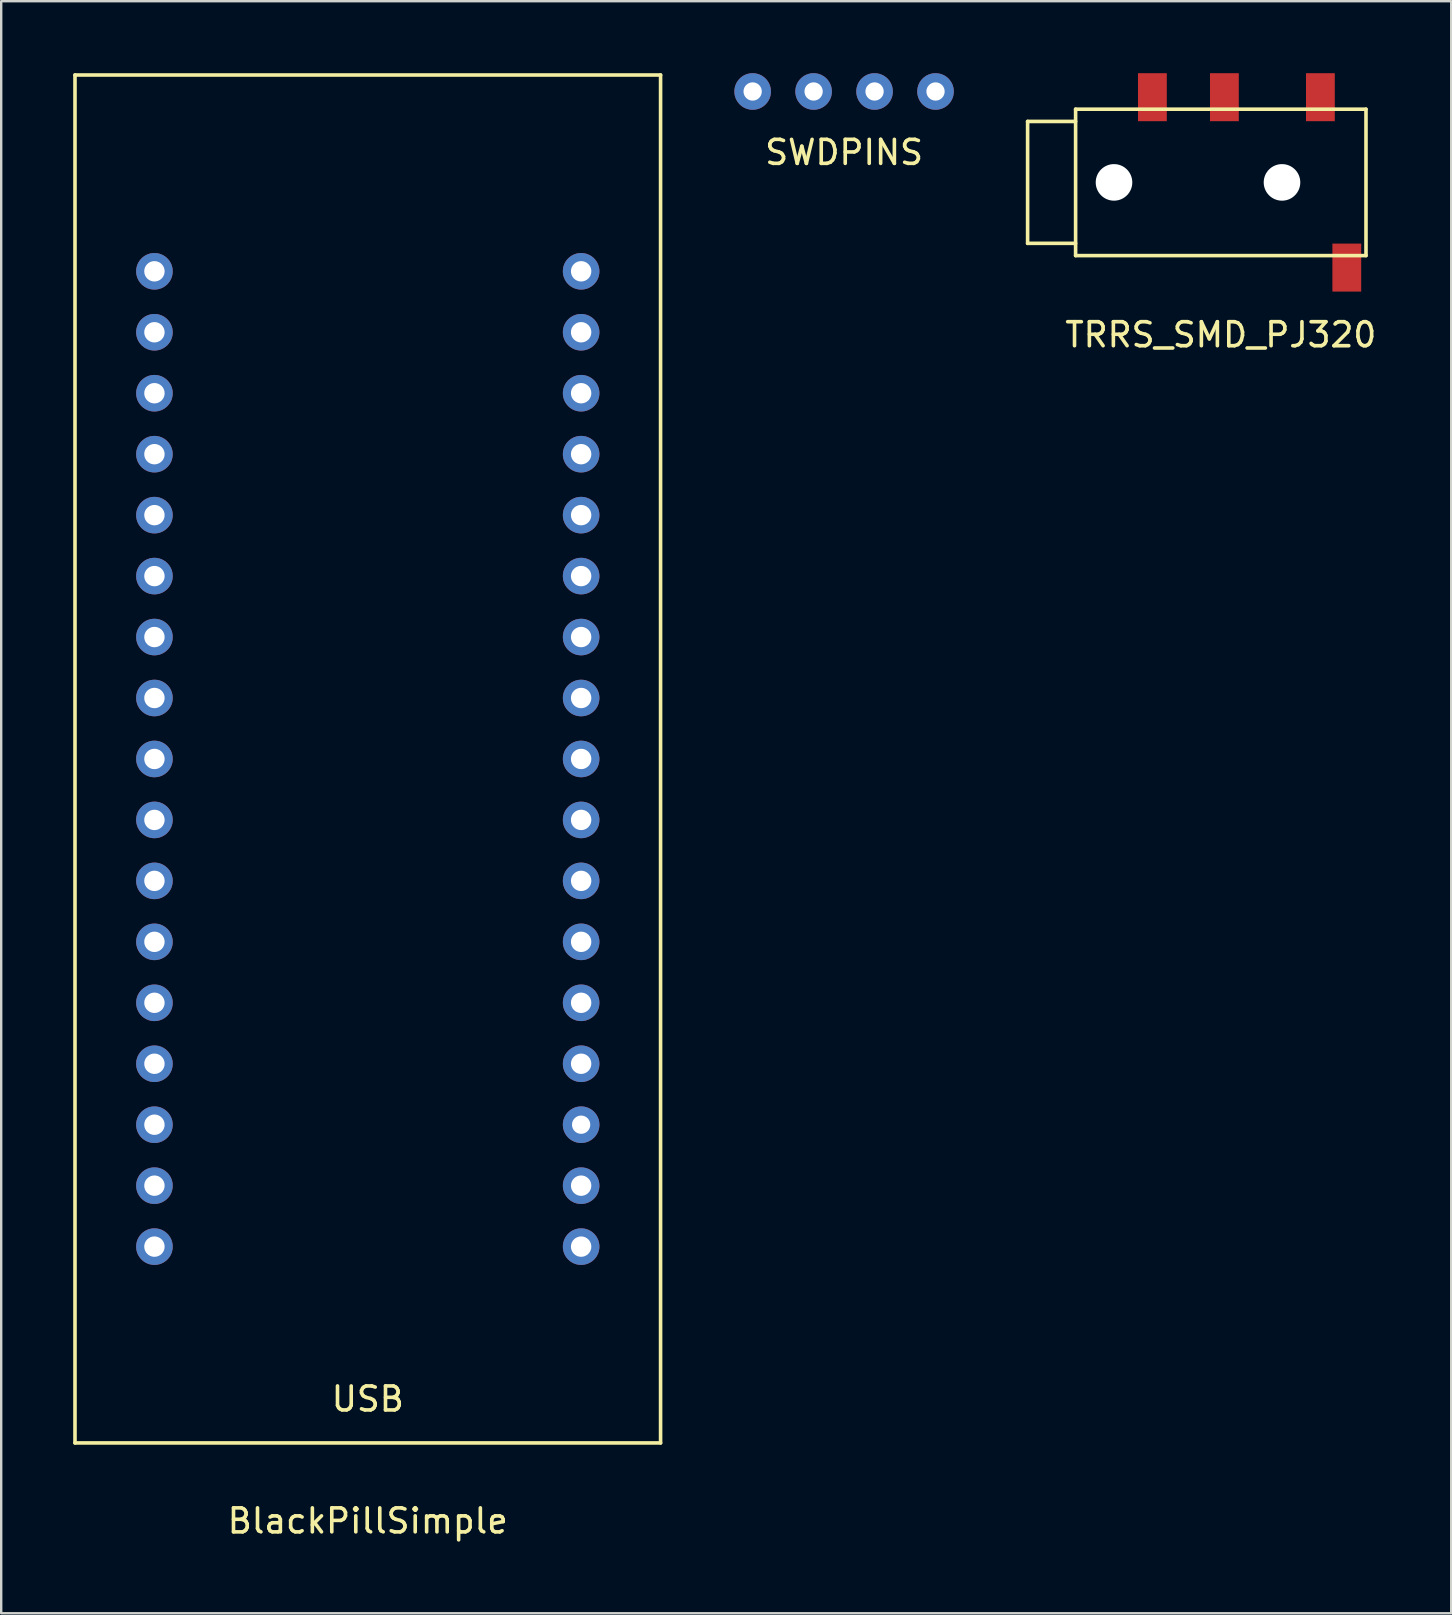
<source format=kicad_pcb>
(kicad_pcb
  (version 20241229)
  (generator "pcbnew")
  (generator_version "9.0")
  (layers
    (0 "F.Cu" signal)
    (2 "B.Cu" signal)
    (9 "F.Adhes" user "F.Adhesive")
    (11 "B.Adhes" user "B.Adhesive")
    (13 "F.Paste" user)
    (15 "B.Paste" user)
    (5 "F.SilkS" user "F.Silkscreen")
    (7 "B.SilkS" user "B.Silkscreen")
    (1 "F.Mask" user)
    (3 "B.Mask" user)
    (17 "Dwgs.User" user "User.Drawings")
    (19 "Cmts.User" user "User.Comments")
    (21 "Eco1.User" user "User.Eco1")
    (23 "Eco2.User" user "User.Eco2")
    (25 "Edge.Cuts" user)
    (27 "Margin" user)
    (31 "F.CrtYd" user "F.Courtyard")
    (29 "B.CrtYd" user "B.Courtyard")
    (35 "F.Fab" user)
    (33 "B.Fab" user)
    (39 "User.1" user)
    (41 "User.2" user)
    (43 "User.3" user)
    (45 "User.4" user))
  (footprint "TRRS_SMD_PJ320"
    (layer "F.Cu")
    (at 47.819 4.55)
    (property "Reference" "TRRS_SMD_PJ320" (at 0 6.35 0) (layer "F.SilkS") (effects (font (size 1 1) (thickness 0.15))))
    (attr through_hole)
    (fp_line (start -8.05 -2.54) (end -8.05 2.54) (stroke (width 0.15) (type solid)) (layer "F.SilkS"))
    (fp_line (start -8.05 2.54) (end -6.05 2.54) (stroke (width 0.15) (type solid)) (layer "F.SilkS"))
    (fp_line (start -6.05 -3.05) (end 6.05 -3.05) (stroke (width 0.15) (type solid)) (layer "F.SilkS"))
    (fp_line (start -6.05 -2.54) (end -8.05 -2.54) (stroke (width 0.15) (type solid)) (layer "F.SilkS"))
    (fp_line (start -6.05 3.05) (end -6.05 -3.05) (stroke (width 0.15) (type solid)) (layer "F.SilkS"))
    (fp_line (start 6.05 -3.05) (end 6.05 3.05) (stroke (width 0.15) (type solid)) (layer "F.SilkS"))
    (fp_line (start 6.05 3.05) (end -6.05 3.05) (stroke (width 0.15) (type solid)) (layer "F.SilkS"))
    (pad "" np_thru_hole circle (at -4.45 0) (size 1.524 1.524) (drill 1.524) (layers "*.Cu" "*.Mask"))
    (pad "" np_thru_hole circle (at 2.55 0) (size 1.524 1.524) (drill 1.524) (layers "*.Cu" "*.Mask"))
    (pad "1" smd rect (at 5.25 3.55) (size 1.2 2) (layers "F.Cu" "F.Mask" "F.Paste"))
    (pad "2" smd rect (at -2.85 -3.55) (size 1.2 2) (layers "F.Cu" "F.Mask" "F.Paste"))
    (pad "3" smd rect (at 0.15 -3.55) (size 1.2 2) (layers "F.Cu" "F.Mask" "F.Paste"))
    (pad "4" smd rect (at 4.15 -3.55) (size 1.2 2) (layers "F.Cu" "F.Mask" "F.Paste")))
  (footprint "BlackPillSimple"
    (layer "F.Cu")
    (at 12.275 28.575)
    (property "Reference" "BlackPillSimple" (at 0 31.75 0) (layer "F.SilkS") (effects (font (size 1 1) (thickness 0.15))))
    (attr through_hole)
    (fp_line (start -12.2 -28.5) (end -12.2 28.5) (stroke (width 0.15) (type solid)) (layer "F.SilkS"))
    (fp_line (start -12.2 -28.5) (end 12.2 -28.5) (stroke (width 0.15) (type solid)) (layer "F.SilkS"))
    (fp_line (start -12.2 28.5) (end 12.2 28.5) (stroke (width 0.15) (type solid)) (layer "F.SilkS"))
    (fp_line (start 12.2 -28.5) (end 12.2 28.5) (stroke (width 0.15) (type solid)) (layer "F.SilkS"))
    (fp_text user "USB" (at 0 26.67 0) (layer "F.SilkS") (effects (font (size 1 1) (thickness 0.15))))
    (pad "1" thru_hole circle (at -8.89 -20.32) (size 1.524 1.524) (drill 0.85) (layers "*.Cu" "*.Mask"))
    (pad "2" thru_hole circle (at -8.89 -17.78) (size 1.524 1.524) (drill 0.85) (layers "*.Cu" "*.Mask"))
    (pad "3" thru_hole circle (at -8.89 -15.24) (size 1.524 1.524) (drill 0.85) (layers "*.Cu" "*.Mask"))
    (pad "4" thru_hole circle (at -8.89 -12.7) (size 1.524 1.524) (drill 0.85) (layers "*.Cu" "*.Mask"))
    (pad "5" thru_hole circle (at -8.89 -10.16) (size 1.524 1.524) (drill 0.85) (layers "*.Cu" "*.Mask"))
    (pad "6" thru_hole circle (at -8.89 -7.62) (size 1.524 1.524) (drill 0.85) (layers "*.Cu" "*.Mask"))
    (pad "7" thru_hole circle (at -8.89 -5.08) (size 1.524 1.524) (drill 0.85) (layers "*.Cu" "*.Mask"))
    (pad "8" thru_hole circle (at -8.89 -2.54) (size 1.524 1.524) (drill 0.85) (layers "*.Cu" "*.Mask"))
    (pad "9" thru_hole circle (at -8.89 0) (size 1.524 1.524) (drill 0.85) (layers "*.Cu" "*.Mask"))
    (pad "10" thru_hole circle (at -8.89 2.54) (size 1.524 1.524) (drill 0.85) (layers "*.Cu" "*.Mask"))
    (pad "11" thru_hole circle (at -8.89 5.08) (size 1.524 1.524) (drill 0.85) (layers "*.Cu" "*.Mask"))
    (pad "12" thru_hole circle (at -8.89 7.62) (size 1.524 1.524) (drill 0.85) (layers "*.Cu" "*.Mask"))
    (pad "13" thru_hole circle (at -8.89 10.16) (size 1.524 1.524) (drill 0.85) (layers "*.Cu" "*.Mask"))
    (pad "14" thru_hole circle (at -8.89 12.7) (size 1.524 1.524) (drill 0.85) (layers "*.Cu" "*.Mask"))
    (pad "15" thru_hole circle (at -8.89 15.24) (size 1.524 1.524) (drill 0.85) (layers "*.Cu" "*.Mask"))
    (pad "16" thru_hole circle (at -8.89 17.78) (size 1.524 1.524) (drill 0.85) (layers "*.Cu" "*.Mask"))
    (pad "17" thru_hole circle (at -8.89 20.32) (size 1.524 1.524) (drill 0.85) (layers "*.Cu" "*.Mask"))
    (pad "18" thru_hole circle (at 8.89 20.32) (size 1.524 1.524) (drill 0.85) (layers "*.Cu" "*.Mask"))
    (pad "19" thru_hole circle (at 8.89 17.78) (size 1.524 1.524) (drill 0.85) (layers "*.Cu" "*.Mask"))
    (pad "20" thru_hole circle (at 8.89 15.24) (size 1.524 1.524) (drill 0.762) (layers "*.Cu" "*.Mask"))
    (pad "21" thru_hole circle (at 8.89 12.7) (size 1.524 1.524) (drill 0.85) (layers "*.Cu" "*.Mask"))
    (pad "22" thru_hole circle (at 8.89 10.16) (size 1.524 1.524) (drill 0.85) (layers "*.Cu" "*.Mask"))
    (pad "23" thru_hole circle (at 8.89 7.62) (size 1.524 1.524) (drill 0.85) (layers "*.Cu" "*.Mask"))
    (pad "24" thru_hole circle (at 8.89 5.08) (size 1.524 1.524) (drill 0.85) (layers "*.Cu" "*.Mask"))
    (pad "25" thru_hole circle (at 8.89 2.54) (size 1.524 1.524) (drill 0.85) (layers "*.Cu" "*.Mask"))
    (pad "26" thru_hole circle (at 8.89 0) (size 1.524 1.524) (drill 0.85) (layers "*.Cu" "*.Mask"))
    (pad "27" thru_hole circle (at 8.89 -2.54) (size 1.524 1.524) (drill 0.85) (layers "*.Cu" "*.Mask"))
    (pad "28" thru_hole circle (at 8.89 -5.08) (size 1.524 1.524) (drill 0.85) (layers "*.Cu" "*.Mask"))
    (pad "29" thru_hole circle (at 8.89 -7.62) (size 1.524 1.524) (drill 0.85) (layers "*.Cu" "*.Mask"))
    (pad "30" thru_hole circle (at 8.89 -10.16) (size 1.524 1.524) (drill 0.85) (layers "*.Cu" "*.Mask"))
    (pad "31" thru_hole circle (at 8.89 -12.7) (size 1.524 1.524) (drill 0.85) (layers "*.Cu" "*.Mask"))
    (pad "32" thru_hole circle (at 8.89 -15.24) (size 1.524 1.524) (drill 0.85) (layers "*.Cu" "*.Mask"))
    (pad "33" thru_hole circle (at 8.89 -17.78) (size 1.524 1.524) (drill 0.85) (layers "*.Cu" "*.Mask"))
    (pad "34" thru_hole circle (at 8.89 -20.32) (size 1.524 1.524) (drill 0.85) (layers "*.Cu" "*.Mask")))
  (footprint "SWDPINS"
    (layer "F.Cu")
    (at 32.122 0.762)
    (property "Reference" "SWDPINS" (at 0 2.54 0) (layer "F.SilkS") (effects (font (size 1 1) (thickness 0.15))))
    (attr through_hole)
    (pad "1" thru_hole circle (at -3.81 0) (size 1.524 1.524) (drill 0.762) (layers "*.Cu" "*.Mask"))
    (pad "2" thru_hole circle (at -1.27 0) (size 1.524 1.524) (drill 0.762) (layers "*.Cu" "*.Mask"))
    (pad "3" thru_hole circle (at 1.27 0) (size 1.524 1.524) (drill 0.762) (layers "*.Cu" "*.Mask"))
    (pad "4" thru_hole circle (at 3.81 0) (size 1.524 1.524) (drill 0.762) (layers "*.Cu" "*.Mask")))
  (gr_rect
    (start -3 -3)
    (end 57.42 64.173)
    (stroke (width 0.1) (type default))
    (fill no)
    (layer "Edge.Cuts")))
</source>
